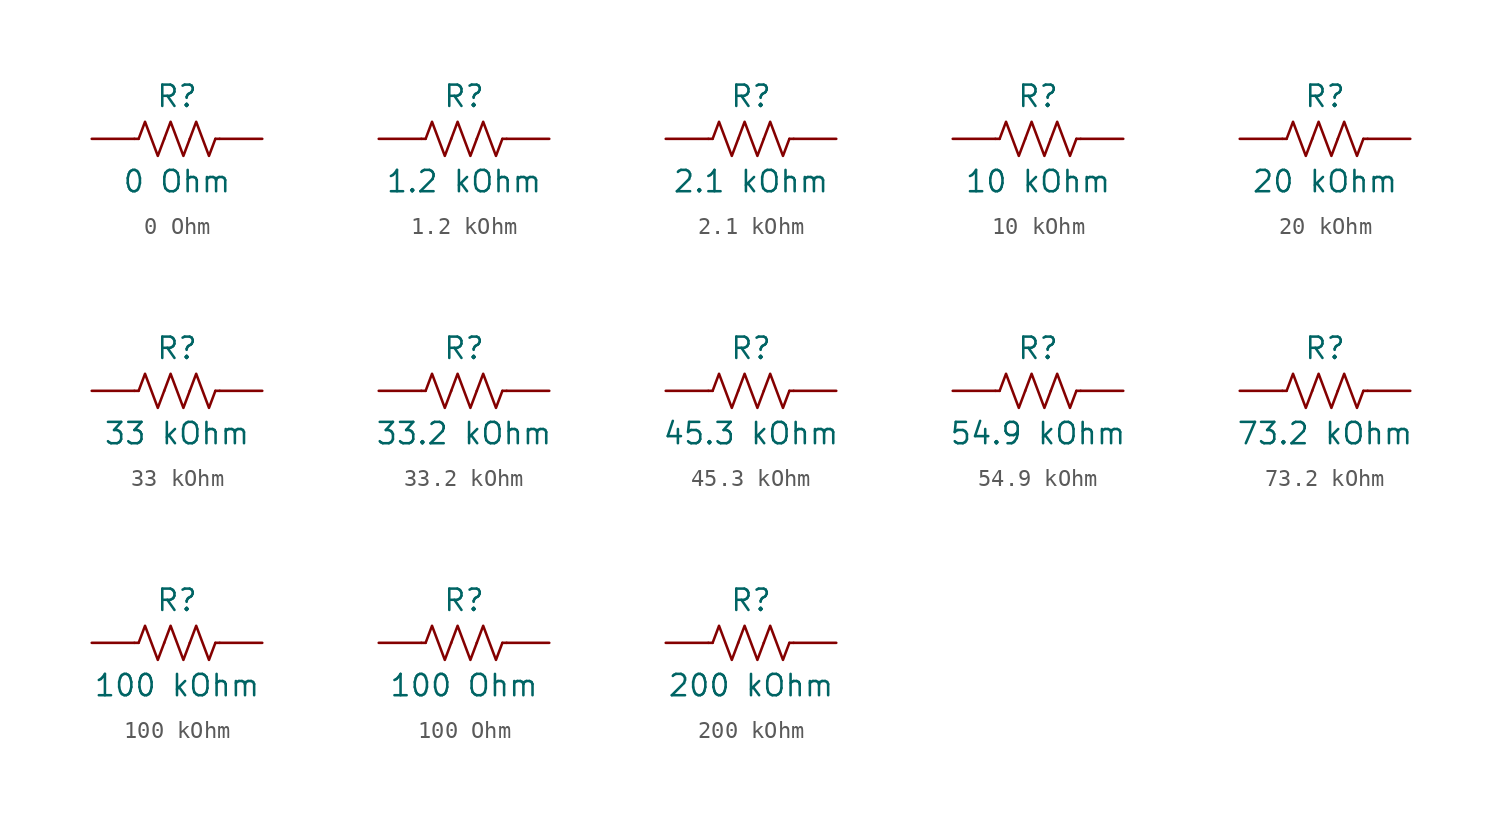
<source format=kicad_sym>
(kicad_symbol_lib
  (version 20241209)
  (generator "kicad_symbol_editor")
  (generator_version "9.0")
  (symbol "0 Ohm"
    (pin_numbers
      (hide yes))
    (pin_names
      (offset 0))
    (property "Reference" "R"
      (at 0 2.54 0)
      (effects (font (size 1.27 1.27))))
    (property "Value" "0 Ohm"
      (at 0 -2.54 0)
      (effects (font (size 1.27 1.27))))
    (symbol "0 Ohm_0_1"
      (polyline (pts (xy -2.286 0) (xy -2.54 0)) (stroke (width 0) (type default)) (fill (type none)))
      (polyline (pts (xy -2.286 0) (xy -1.905 1.016) (xy -1.524 0) (xy -1.143 -1.016) (xy -0.762 0)) (stroke (width 0) (type default)) (fill (type none)))
      (polyline (pts (xy -0.762 0) (xy -0.381 1.016) (xy 0 0) (xy 0.381 -1.016) (xy 0.762 0)) (stroke (width 0) (type default)) (fill (type none)))
      (polyline (pts (xy 0.762 0) (xy 1.143 1.016) (xy 1.524 0) (xy 1.905 -1.016) (xy 2.286 0)) (stroke (width 0) (type default)) (fill (type none)))
      (polyline (pts (xy 2.286 0) (xy 2.54 0)) (stroke (width 0) (type default)) (fill (type none))))
    (symbol "0 Ohm_1_1"
      (pin passive line (at -5.08 0 0) (length 2.54) (name "~" (effects (font (size 1.27 1.27)))) (number "1" (effects (font (size 1.27 1.27)))))
      (pin passive line (at 5.08 0 180) (length 2.54) (name "~" (effects (font (size 1.27 1.27)))) (number "2" (effects (font (size 1.27 1.27)))))))
  (symbol "1.2 kOhm"
    (pin_numbers
      (hide yes))
    (pin_names
      (offset 0))
    (property "Reference" "R"
      (at 0 2.54 0)
      (effects (font (size 1.27 1.27))))
    (property "Value" "1.2 kOhm"
      (at 0 -2.54 0)
      (effects (font (size 1.27 1.27))))
    (symbol "1.2 kOhm_0_1"
      (polyline (pts (xy -2.286 0) (xy -2.54 0)) (stroke (width 0) (type default)) (fill (type none)))
      (polyline (pts (xy -2.286 0) (xy -1.905 1.016) (xy -1.524 0) (xy -1.143 -1.016) (xy -0.762 0)) (stroke (width 0) (type default)) (fill (type none)))
      (polyline (pts (xy -0.762 0) (xy -0.381 1.016) (xy 0 0) (xy 0.381 -1.016) (xy 0.762 0)) (stroke (width 0) (type default)) (fill (type none)))
      (polyline (pts (xy 0.762 0) (xy 1.143 1.016) (xy 1.524 0) (xy 1.905 -1.016) (xy 2.286 0)) (stroke (width 0) (type default)) (fill (type none)))
      (polyline (pts (xy 2.286 0) (xy 2.54 0)) (stroke (width 0) (type default)) (fill (type none))))
    (symbol "1.2 kOhm_1_1"
      (pin passive line (at -5.08 0 0) (length 2.54) (name "~" (effects (font (size 1.27 1.27)))) (number "1" (effects (font (size 1.27 1.27)))))
      (pin passive line (at 5.08 0 180) (length 2.54) (name "~" (effects (font (size 1.27 1.27)))) (number "2" (effects (font (size 1.27 1.27)))))))
  (symbol "2.1 kOhm"
    (pin_numbers
      (hide yes))
    (pin_names
      (offset 0))
    (property "Reference" "R"
      (at 0 2.54 0)
      (effects (font (size 1.27 1.27))))
    (property "Value" "2.1 kOhm"
      (at 0 -2.54 0)
      (effects (font (size 1.27 1.27))))
    (symbol "2.1 kOhm_0_1"
      (polyline (pts (xy -2.286 0) (xy -2.54 0)) (stroke (width 0) (type default)) (fill (type none)))
      (polyline (pts (xy -2.286 0) (xy -1.905 1.016) (xy -1.524 0) (xy -1.143 -1.016) (xy -0.762 0)) (stroke (width 0) (type default)) (fill (type none)))
      (polyline (pts (xy -0.762 0) (xy -0.381 1.016) (xy 0 0) (xy 0.381 -1.016) (xy 0.762 0)) (stroke (width 0) (type default)) (fill (type none)))
      (polyline (pts (xy 0.762 0) (xy 1.143 1.016) (xy 1.524 0) (xy 1.905 -1.016) (xy 2.286 0)) (stroke (width 0) (type default)) (fill (type none)))
      (polyline (pts (xy 2.286 0) (xy 2.54 0)) (stroke (width 0) (type default)) (fill (type none))))
    (symbol "2.1 kOhm_1_1"
      (pin passive line (at -5.08 0 0) (length 2.54) (name "~" (effects (font (size 1.27 1.27)))) (number "1" (effects (font (size 1.27 1.27)))))
      (pin passive line (at 5.08 0 180) (length 2.54) (name "~" (effects (font (size 1.27 1.27)))) (number "2" (effects (font (size 1.27 1.27)))))))
  (symbol "10 kOhm"
    (pin_numbers
      (hide yes))
    (pin_names
      (offset 0))
    (property "Reference" "R"
      (at 0 2.54 0)
      (effects (font (size 1.27 1.27))))
    (property "Value" "10 kOhm"
      (at 0 -2.54 0)
      (effects (font (size 1.27 1.27))))
    (symbol "10 kOhm_0_1"
      (polyline (pts (xy -2.286 0) (xy -2.54 0)) (stroke (width 0) (type default)) (fill (type none)))
      (polyline (pts (xy -2.286 0) (xy -1.905 1.016) (xy -1.524 0) (xy -1.143 -1.016) (xy -0.762 0)) (stroke (width 0) (type default)) (fill (type none)))
      (polyline (pts (xy -0.762 0) (xy -0.381 1.016) (xy 0 0) (xy 0.381 -1.016) (xy 0.762 0)) (stroke (width 0) (type default)) (fill (type none)))
      (polyline (pts (xy 0.762 0) (xy 1.143 1.016) (xy 1.524 0) (xy 1.905 -1.016) (xy 2.286 0)) (stroke (width 0) (type default)) (fill (type none)))
      (polyline (pts (xy 2.286 0) (xy 2.54 0)) (stroke (width 0) (type default)) (fill (type none))))
    (symbol "10 kOhm_1_1"
      (pin passive line (at -5.08 0 0) (length 2.54) (name "~" (effects (font (size 1.27 1.27)))) (number "1" (effects (font (size 1.27 1.27)))))
      (pin passive line (at 5.08 0 180) (length 2.54) (name "~" (effects (font (size 1.27 1.27)))) (number "2" (effects (font (size 1.27 1.27)))))))
  (symbol "20 kOhm"
    (pin_numbers
      (hide yes))
    (pin_names
      (offset 0))
    (property "Reference" "R"
      (at 0 2.54 0)
      (effects (font (size 1.27 1.27))))
    (property "Value" "20 kOhm"
      (at 0 -2.54 0)
      (effects (font (size 1.27 1.27))))
    (symbol "20 kOhm_0_1"
      (polyline (pts (xy -2.286 0) (xy -2.54 0)) (stroke (width 0) (type default)) (fill (type none)))
      (polyline (pts (xy -2.286 0) (xy -1.905 1.016) (xy -1.524 0) (xy -1.143 -1.016) (xy -0.762 0)) (stroke (width 0) (type default)) (fill (type none)))
      (polyline (pts (xy -0.762 0) (xy -0.381 1.016) (xy 0 0) (xy 0.381 -1.016) (xy 0.762 0)) (stroke (width 0) (type default)) (fill (type none)))
      (polyline (pts (xy 0.762 0) (xy 1.143 1.016) (xy 1.524 0) (xy 1.905 -1.016) (xy 2.286 0)) (stroke (width 0) (type default)) (fill (type none)))
      (polyline (pts (xy 2.286 0) (xy 2.54 0)) (stroke (width 0) (type default)) (fill (type none))))
    (symbol "20 kOhm_1_1"
      (pin passive line (at -5.08 0 0) (length 2.54) (name "~" (effects (font (size 1.27 1.27)))) (number "1" (effects (font (size 1.27 1.27)))))
      (pin passive line (at 5.08 0 180) (length 2.54) (name "~" (effects (font (size 1.27 1.27)))) (number "2" (effects (font (size 1.27 1.27)))))))
  (symbol "33 kOhm"
    (pin_numbers
      (hide yes))
    (pin_names
      (offset 0))
    (property "Reference" "R"
      (at 0 2.54 0)
      (effects (font (size 1.27 1.27))))
    (property "Value" "33 kOhm"
      (at 0 -2.54 0)
      (effects (font (size 1.27 1.27))))
    (symbol "33 kOhm_0_1"
      (polyline (pts (xy -2.286 0) (xy -2.54 0)) (stroke (width 0) (type default)) (fill (type none)))
      (polyline (pts (xy -2.286 0) (xy -1.905 1.016) (xy -1.524 0) (xy -1.143 -1.016) (xy -0.762 0)) (stroke (width 0) (type default)) (fill (type none)))
      (polyline (pts (xy -0.762 0) (xy -0.381 1.016) (xy 0 0) (xy 0.381 -1.016) (xy 0.762 0)) (stroke (width 0) (type default)) (fill (type none)))
      (polyline (pts (xy 0.762 0) (xy 1.143 1.016) (xy 1.524 0) (xy 1.905 -1.016) (xy 2.286 0)) (stroke (width 0) (type default)) (fill (type none)))
      (polyline (pts (xy 2.286 0) (xy 2.54 0)) (stroke (width 0) (type default)) (fill (type none))))
    (symbol "33 kOhm_1_1"
      (pin passive line (at -5.08 0 0) (length 2.54) (name "~" (effects (font (size 1.27 1.27)))) (number "1" (effects (font (size 1.27 1.27)))))
      (pin passive line (at 5.08 0 180) (length 2.54) (name "~" (effects (font (size 1.27 1.27)))) (number "2" (effects (font (size 1.27 1.27)))))))
  (symbol "33.2 kOhm"
    (pin_numbers
      (hide yes))
    (pin_names
      (offset 0))
    (property "Reference" "R"
      (at 0 2.54 0)
      (effects (font (size 1.27 1.27))))
    (property "Value" "33.2 kOhm"
      (at 0 -2.54 0)
      (effects (font (size 1.27 1.27))))
    (symbol "33.2 kOhm_0_1"
      (polyline (pts (xy -2.286 0) (xy -2.54 0)) (stroke (width 0) (type default)) (fill (type none)))
      (polyline (pts (xy -2.286 0) (xy -1.905 1.016) (xy -1.524 0) (xy -1.143 -1.016) (xy -0.762 0)) (stroke (width 0) (type default)) (fill (type none)))
      (polyline (pts (xy -0.762 0) (xy -0.381 1.016) (xy 0 0) (xy 0.381 -1.016) (xy 0.762 0)) (stroke (width 0) (type default)) (fill (type none)))
      (polyline (pts (xy 0.762 0) (xy 1.143 1.016) (xy 1.524 0) (xy 1.905 -1.016) (xy 2.286 0)) (stroke (width 0) (type default)) (fill (type none)))
      (polyline (pts (xy 2.286 0) (xy 2.54 0)) (stroke (width 0) (type default)) (fill (type none))))
    (symbol "33.2 kOhm_1_1"
      (pin passive line (at -5.08 0 0) (length 2.54) (name "~" (effects (font (size 1.27 1.27)))) (number "1" (effects (font (size 1.27 1.27)))))
      (pin passive line (at 5.08 0 180) (length 2.54) (name "~" (effects (font (size 1.27 1.27)))) (number "2" (effects (font (size 1.27 1.27)))))))
  (symbol "45.3 kOhm"
    (pin_numbers
      (hide yes))
    (pin_names
      (offset 0))
    (property "Reference" "R"
      (at 0 2.54 0)
      (effects (font (size 1.27 1.27))))
    (property "Value" "45.3 kOhm"
      (at 0 -2.54 0)
      (effects (font (size 1.27 1.27))))
    (symbol "45.3 kOhm_0_1"
      (polyline (pts (xy -2.286 0) (xy -2.54 0)) (stroke (width 0) (type default)) (fill (type none)))
      (polyline (pts (xy -2.286 0) (xy -1.905 1.016) (xy -1.524 0) (xy -1.143 -1.016) (xy -0.762 0)) (stroke (width 0) (type default)) (fill (type none)))
      (polyline (pts (xy -0.762 0) (xy -0.381 1.016) (xy 0 0) (xy 0.381 -1.016) (xy 0.762 0)) (stroke (width 0) (type default)) (fill (type none)))
      (polyline (pts (xy 0.762 0) (xy 1.143 1.016) (xy 1.524 0) (xy 1.905 -1.016) (xy 2.286 0)) (stroke (width 0) (type default)) (fill (type none)))
      (polyline (pts (xy 2.286 0) (xy 2.54 0)) (stroke (width 0) (type default)) (fill (type none))))
    (symbol "45.3 kOhm_1_1"
      (pin passive line (at -5.08 0 0) (length 2.54) (name "~" (effects (font (size 1.27 1.27)))) (number "1" (effects (font (size 1.27 1.27)))))
      (pin passive line (at 5.08 0 180) (length 2.54) (name "~" (effects (font (size 1.27 1.27)))) (number "2" (effects (font (size 1.27 1.27)))))))
  (symbol "54.9 kOhm"
    (pin_numbers
      (hide yes))
    (pin_names
      (offset 0))
    (property "Reference" "R"
      (at 0 2.54 0)
      (effects (font (size 1.27 1.27))))
    (property "Value" "54.9 kOhm"
      (at 0 -2.54 0)
      (effects (font (size 1.27 1.27))))
    (symbol "54.9 kOhm_0_1"
      (polyline (pts (xy -2.286 0) (xy -2.54 0)) (stroke (width 0) (type default)) (fill (type none)))
      (polyline (pts (xy -2.286 0) (xy -1.905 1.016) (xy -1.524 0) (xy -1.143 -1.016) (xy -0.762 0)) (stroke (width 0) (type default)) (fill (type none)))
      (polyline (pts (xy -0.762 0) (xy -0.381 1.016) (xy 0 0) (xy 0.381 -1.016) (xy 0.762 0)) (stroke (width 0) (type default)) (fill (type none)))
      (polyline (pts (xy 0.762 0) (xy 1.143 1.016) (xy 1.524 0) (xy 1.905 -1.016) (xy 2.286 0)) (stroke (width 0) (type default)) (fill (type none)))
      (polyline (pts (xy 2.286 0) (xy 2.54 0)) (stroke (width 0) (type default)) (fill (type none))))
    (symbol "54.9 kOhm_1_1"
      (pin passive line (at -5.08 0 0) (length 2.54) (name "~" (effects (font (size 1.27 1.27)))) (number "1" (effects (font (size 1.27 1.27)))))
      (pin passive line (at 5.08 0 180) (length 2.54) (name "~" (effects (font (size 1.27 1.27)))) (number "2" (effects (font (size 1.27 1.27)))))))
  (symbol "73.2 kOhm"
    (pin_numbers
      (hide yes))
    (pin_names
      (offset 0))
    (property "Reference" "R"
      (at 0 2.54 0)
      (effects (font (size 1.27 1.27))))
    (property "Value" "73.2 kOhm"
      (at 0 -2.54 0)
      (effects (font (size 1.27 1.27))))
    (symbol "73.2 kOhm_0_1"
      (polyline (pts (xy -2.286 0) (xy -2.54 0)) (stroke (width 0) (type default)) (fill (type none)))
      (polyline (pts (xy -2.286 0) (xy -1.905 1.016) (xy -1.524 0) (xy -1.143 -1.016) (xy -0.762 0)) (stroke (width 0) (type default)) (fill (type none)))
      (polyline (pts (xy -0.762 0) (xy -0.381 1.016) (xy 0 0) (xy 0.381 -1.016) (xy 0.762 0)) (stroke (width 0) (type default)) (fill (type none)))
      (polyline (pts (xy 0.762 0) (xy 1.143 1.016) (xy 1.524 0) (xy 1.905 -1.016) (xy 2.286 0)) (stroke (width 0) (type default)) (fill (type none)))
      (polyline (pts (xy 2.286 0) (xy 2.54 0)) (stroke (width 0) (type default)) (fill (type none))))
    (symbol "73.2 kOhm_1_1"
      (pin passive line (at -5.08 0 0) (length 2.54) (name "~" (effects (font (size 1.27 1.27)))) (number "1" (effects (font (size 1.27 1.27)))))
      (pin passive line (at 5.08 0 180) (length 2.54) (name "~" (effects (font (size 1.27 1.27)))) (number "2" (effects (font (size 1.27 1.27)))))))
  (symbol "100 kOhm"
    (pin_numbers
      (hide yes))
    (pin_names
      (offset 0))
    (property "Reference" "R"
      (at 0 2.54 0)
      (effects (font (size 1.27 1.27))))
    (property "Value" "100 kOhm"
      (at 0 -2.54 0)
      (effects (font (size 1.27 1.27))))
    (symbol "100 kOhm_0_1"
      (polyline (pts (xy -2.286 0) (xy -2.54 0)) (stroke (width 0) (type default)) (fill (type none)))
      (polyline (pts (xy -2.286 0) (xy -1.905 1.016) (xy -1.524 0) (xy -1.143 -1.016) (xy -0.762 0)) (stroke (width 0) (type default)) (fill (type none)))
      (polyline (pts (xy -0.762 0) (xy -0.381 1.016) (xy 0 0) (xy 0.381 -1.016) (xy 0.762 0)) (stroke (width 0) (type default)) (fill (type none)))
      (polyline (pts (xy 0.762 0) (xy 1.143 1.016) (xy 1.524 0) (xy 1.905 -1.016) (xy 2.286 0)) (stroke (width 0) (type default)) (fill (type none)))
      (polyline (pts (xy 2.286 0) (xy 2.54 0)) (stroke (width 0) (type default)) (fill (type none))))
    (symbol "100 kOhm_1_1"
      (pin passive line (at -5.08 0 0) (length 2.54) (name "~" (effects (font (size 1.27 1.27)))) (number "1" (effects (font (size 1.27 1.27)))))
      (pin passive line (at 5.08 0 180) (length 2.54) (name "~" (effects (font (size 1.27 1.27)))) (number "2" (effects (font (size 1.27 1.27)))))))
  (symbol "100 Ohm"
    (pin_numbers
      (hide yes))
    (pin_names
      (offset 0))
    (property "Reference" "R"
      (at 0 2.54 0)
      (effects (font (size 1.27 1.27))))
    (property "Value" "100 Ohm"
      (at 0 -2.54 0)
      (effects (font (size 1.27 1.27))))
    (symbol "100 Ohm_0_1"
      (polyline (pts (xy -2.286 0) (xy -2.54 0)) (stroke (width 0) (type default)) (fill (type none)))
      (polyline (pts (xy -2.286 0) (xy -1.905 1.016) (xy -1.524 0) (xy -1.143 -1.016) (xy -0.762 0)) (stroke (width 0) (type default)) (fill (type none)))
      (polyline (pts (xy -0.762 0) (xy -0.381 1.016) (xy 0 0) (xy 0.381 -1.016) (xy 0.762 0)) (stroke (width 0) (type default)) (fill (type none)))
      (polyline (pts (xy 0.762 0) (xy 1.143 1.016) (xy 1.524 0) (xy 1.905 -1.016) (xy 2.286 0)) (stroke (width 0) (type default)) (fill (type none)))
      (polyline (pts (xy 2.286 0) (xy 2.54 0)) (stroke (width 0) (type default)) (fill (type none))))
    (symbol "100 Ohm_1_1"
      (pin passive line (at -5.08 0 0) (length 2.54) (name "~" (effects (font (size 1.27 1.27)))) (number "1" (effects (font (size 1.27 1.27)))))
      (pin passive line (at 5.08 0 180) (length 2.54) (name "~" (effects (font (size 1.27 1.27)))) (number "2" (effects (font (size 1.27 1.27)))))))
  (symbol "200 kOhm"
    (pin_numbers
      (hide yes))
    (pin_names
      (offset 0))
    (property "Reference" "R"
      (at 0 2.54 0)
      (effects (font (size 1.27 1.27))))
    (property "Value" "200 kOhm"
      (at 0 -2.54 0)
      (effects (font (size 1.27 1.27))))
    (symbol "200 kOhm_0_1"
      (polyline (pts (xy -2.286 0) (xy -2.54 0)) (stroke (width 0) (type default)) (fill (type none)))
      (polyline (pts (xy -2.286 0) (xy -1.905 1.016) (xy -1.524 0) (xy -1.143 -1.016) (xy -0.762 0)) (stroke (width 0) (type default)) (fill (type none)))
      (polyline (pts (xy -0.762 0) (xy -0.381 1.016) (xy 0 0) (xy 0.381 -1.016) (xy 0.762 0)) (stroke (width 0) (type default)) (fill (type none)))
      (polyline (pts (xy 0.762 0) (xy 1.143 1.016) (xy 1.524 0) (xy 1.905 -1.016) (xy 2.286 0)) (stroke (width 0) (type default)) (fill (type none)))
      (polyline (pts (xy 2.286 0) (xy 2.54 0)) (stroke (width 0) (type default)) (fill (type none))))
    (symbol "200 kOhm_1_1"
      (pin passive line (at -5.08 0 0) (length 2.54) (name "~" (effects (font (size 1.27 1.27)))) (number "1" (effects (font (size 1.27 1.27)))))
      (pin passive line (at 5.08 0 180) (length 2.54) (name "~" (effects (font (size 1.27 1.27)))) (number "2" (effects (font (size 1.27 1.27))))))))
</source>
